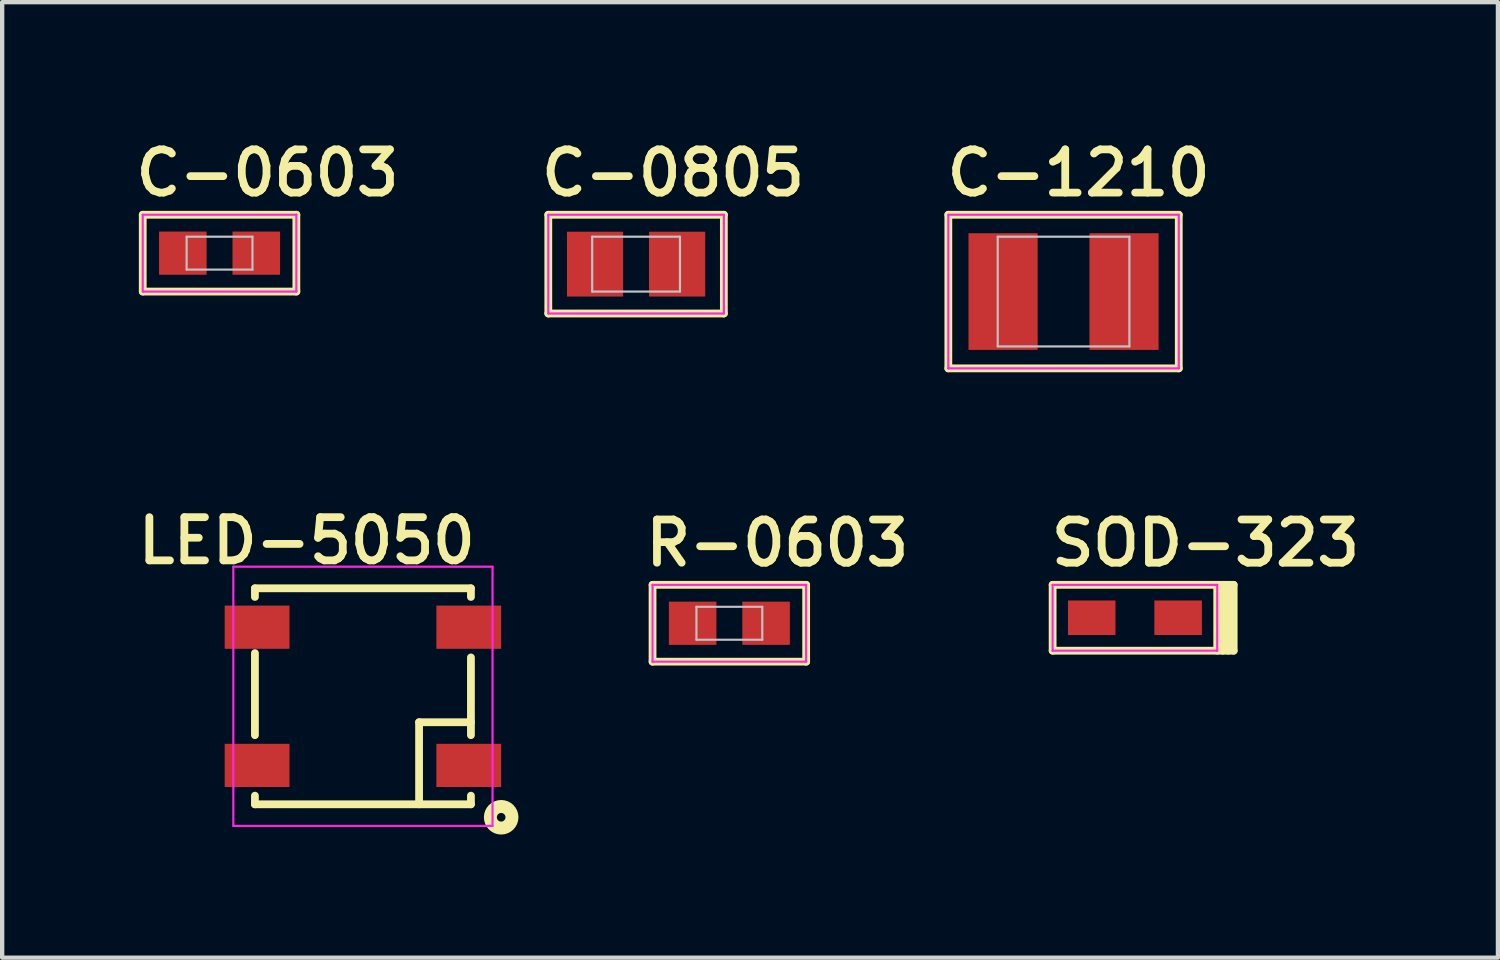
<source format=kicad_pcb>
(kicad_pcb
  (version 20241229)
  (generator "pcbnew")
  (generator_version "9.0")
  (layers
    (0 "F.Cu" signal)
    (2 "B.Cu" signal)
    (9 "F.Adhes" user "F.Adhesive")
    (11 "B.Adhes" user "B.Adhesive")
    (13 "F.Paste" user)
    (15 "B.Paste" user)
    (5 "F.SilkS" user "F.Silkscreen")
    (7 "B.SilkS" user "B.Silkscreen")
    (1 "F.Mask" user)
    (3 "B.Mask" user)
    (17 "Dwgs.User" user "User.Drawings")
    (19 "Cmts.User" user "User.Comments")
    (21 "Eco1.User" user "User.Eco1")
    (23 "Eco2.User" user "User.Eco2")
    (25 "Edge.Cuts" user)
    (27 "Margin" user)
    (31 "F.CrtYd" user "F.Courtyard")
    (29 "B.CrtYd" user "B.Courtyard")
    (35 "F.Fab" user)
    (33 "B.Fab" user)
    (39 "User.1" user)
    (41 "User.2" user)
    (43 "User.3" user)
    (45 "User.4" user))
  (footprint "SOD-323"
    (layer "F.Cu")
    (at 23.221 11.25)
    (property "Reference" "SOD-323" (at -2.032 -1.143 0) (layer "F.SilkS") (effects (font (size 1 1) (thickness 0.18)) (justify left bottom)))
    (attr through_hole)
    (fp_line (start -1.905 -0.762) (end 2.286 -0.762) (stroke (width 0.18) (type solid)) (layer "F.SilkS"))
    (fp_line (start -1.905 0.762) (end -1.905 -0.762) (stroke (width 0.18) (type solid)) (layer "F.SilkS"))
    (fp_line (start 1.905 -0.762) (end 1.905 0.762) (stroke (width 0.18) (type solid)) (layer "F.SilkS"))
    (fp_line (start 2.032 -0.762) (end 2.032 0.762) (stroke (width 0.18) (type solid)) (layer "F.SilkS"))
    (fp_line (start 2.159 -0.762) (end 2.159 0.762) (stroke (width 0.18) (type solid)) (layer "F.SilkS"))
    (fp_line (start 2.286 -0.762) (end 2.286 0.762) (stroke (width 0.18) (type solid)) (layer "F.SilkS"))
    (fp_line (start 2.286 0.762) (end -1.905 0.762) (stroke (width 0.18) (type solid)) (layer "F.SilkS"))
    (fp_line (start -1.905 -0.762) (end 1.905 -0.762) (stroke (width 0.05) (type solid)) (layer "F.CrtYd"))
    (fp_line (start -1.905 0.762) (end -1.905 -0.762) (stroke (width 0.05) (type solid)) (layer "F.CrtYd"))
    (fp_line (start 1.905 -0.762) (end 1.905 0.762) (stroke (width 0.05) (type solid)) (layer "F.CrtYd"))
    (fp_line (start 1.905 0.762) (end -1.905 0.762) (stroke (width 0.05) (type solid)) (layer "F.CrtYd"))
    (pad "A" smd rect (at -1 0) (size 1.1 0.8) (layers "F.Cu" "F.Mask" "F.Paste"))
    (pad "K" smd rect (at 1 0) (size 1.1 0.8) (layers "F.Cu" "F.Mask" "F.Paste")))
  (footprint "C-1210"
    (layer "F.Cu")
    (at 21.569 3.699)
    (property "Reference" "C-1210" (at -2.794 -2.159 0) (layer "F.SilkS") (effects (font (size 1 1) (thickness 0.18)) (justify left bottom)))
    (attr through_hole)
    (fp_line (start -2.667 -1.778) (end -2.667 1.778) (stroke (width 0.18) (type solid)) (layer "F.SilkS"))
    (fp_line (start -2.667 1.778) (end 2.667 1.778) (stroke (width 0.18) (type solid)) (layer "F.SilkS"))
    (fp_line (start 2.667 -1.778) (end -2.667 -1.778) (stroke (width 0.18) (type solid)) (layer "F.SilkS"))
    (fp_line (start 2.667 1.778) (end 2.667 -1.778) (stroke (width 0.18) (type solid)) (layer "F.SilkS"))
    (fp_line (start -1.524 -1.27) (end 1.524 -1.27) (stroke (width 0.05) (type solid)) (layer "Dwgs.User"))
    (fp_line (start -1.524 1.27) (end -1.524 -1.27) (stroke (width 0.05) (type solid)) (layer "Dwgs.User"))
    (fp_line (start 1.524 -1.27) (end 1.524 1.27) (stroke (width 0.05) (type solid)) (layer "Dwgs.User"))
    (fp_line (start 1.524 1.27) (end -1.524 1.27) (stroke (width 0.05) (type solid)) (layer "Dwgs.User"))
    (fp_line (start -2.667 -1.778) (end 2.667 -1.778) (stroke (width 0.05) (type solid)) (layer "F.CrtYd"))
    (fp_line (start -2.667 1.778) (end -2.667 -1.778) (stroke (width 0.05) (type solid)) (layer "F.CrtYd"))
    (fp_line (start 2.667 -1.778) (end 2.667 1.778) (stroke (width 0.05) (type solid)) (layer "F.CrtYd"))
    (fp_line (start 2.667 1.778) (end -2.667 1.778) (stroke (width 0.05) (type solid)) (layer "F.CrtYd"))
    (pad "1" smd rect (at -1.4 0) (size 1.6 2.7) (layers "F.Cu" "F.Mask" "F.Paste"))
    (pad "2" smd rect (at 1.4 0) (size 1.6 2.7) (layers "F.Cu" "F.Mask" "F.Paste")))
  (footprint "C-0805"
    (layer "F.Cu")
    (at 11.674 3.064)
    (property "Reference" "C-0805" (at -2.286 -1.524 0) (layer "F.SilkS") (effects (font (size 1 1) (thickness 0.18)) (justify left bottom)))
    (attr through_hole)
    (fp_line (start -2.032 -1.143) (end -2.032 1.143) (stroke (width 0.18) (type solid)) (layer "F.SilkS"))
    (fp_line (start -2.032 1.143) (end 2.032 1.143) (stroke (width 0.18) (type solid)) (layer "F.SilkS"))
    (fp_line (start 2.032 -1.143) (end -2.032 -1.143) (stroke (width 0.18) (type solid)) (layer "F.SilkS"))
    (fp_line (start 2.032 1.143) (end 2.032 -1.143) (stroke (width 0.18) (type solid)) (layer "F.SilkS"))
    (fp_line (start -1.016 -0.635) (end 1.016 -0.635) (stroke (width 0.05) (type solid)) (layer "Dwgs.User"))
    (fp_line (start -1.016 0.635) (end -1.016 -0.635) (stroke (width 0.05) (type solid)) (layer "Dwgs.User"))
    (fp_line (start 1.016 -0.635) (end 1.016 0.635) (stroke (width 0.05) (type solid)) (layer "Dwgs.User"))
    (fp_line (start 1.016 0.635) (end -1.016 0.635) (stroke (width 0.05) (type solid)) (layer "Dwgs.User"))
    (fp_line (start -2.032 -1.143) (end 2.032 -1.143) (stroke (width 0.05) (type solid)) (layer "F.CrtYd"))
    (fp_line (start -2.032 1.143) (end -2.032 -1.143) (stroke (width 0.05) (type solid)) (layer "F.CrtYd"))
    (fp_line (start 2.032 -1.143) (end 2.032 1.143) (stroke (width 0.05) (type solid)) (layer "F.CrtYd"))
    (fp_line (start 2.032 1.143) (end -2.032 1.143) (stroke (width 0.05) (type solid)) (layer "F.CrtYd"))
    (pad "1" smd rect (at -0.95 0) (size 1.3 1.5) (layers "F.Cu" "F.Mask" "F.Paste"))
    (pad "2" smd rect (at 0.95 0) (size 1.3 1.5) (layers "F.Cu" "F.Mask" "F.Paste")))
  (footprint "R-0603"
    (layer "F.Cu")
    (at 13.833 11.377)
    (property "Reference" "R-0603" (at -2.032 -1.27 0) (layer "F.SilkS") (effects (font (size 1 1) (thickness 0.18)) (justify left bottom)))
    (attr through_hole)
    (fp_line (start -1.778 -0.889) (end 1.778 -0.889) (stroke (width 0.18) (type solid)) (layer "F.SilkS"))
    (fp_line (start -1.778 0.889) (end -1.778 -0.889) (stroke (width 0.18) (type solid)) (layer "F.SilkS"))
    (fp_line (start 1.778 -0.889) (end 1.778 0.889) (stroke (width 0.18) (type solid)) (layer "F.SilkS"))
    (fp_line (start 1.778 0.889) (end -1.778 0.889) (stroke (width 0.18) (type solid)) (layer "F.SilkS"))
    (fp_line (start -0.762 -0.381) (end 0.762 -0.381) (stroke (width 0.05) (type solid)) (layer "Dwgs.User"))
    (fp_line (start -0.762 0.381) (end -0.762 -0.381) (stroke (width 0.05) (type solid)) (layer "Dwgs.User"))
    (fp_line (start 0.762 -0.381) (end 0.762 0.381) (stroke (width 0.05) (type solid)) (layer "Dwgs.User"))
    (fp_line (start 0.762 0.381) (end -0.762 0.381) (stroke (width 0.05) (type solid)) (layer "Dwgs.User"))
    (fp_line (start -1.778 -0.889) (end 1.778 -0.889) (stroke (width 0.05) (type solid)) (layer "F.CrtYd"))
    (fp_line (start -1.778 0.889) (end -1.778 -0.889) (stroke (width 0.05) (type solid)) (layer "F.CrtYd"))
    (fp_line (start 1.778 -0.889) (end 1.778 0.889) (stroke (width 0.05) (type solid)) (layer "F.CrtYd"))
    (fp_line (start 1.778 0.889) (end -1.778 0.889) (stroke (width 0.05) (type solid)) (layer "F.CrtYd"))
    (pad "1" smd rect (at -0.85 0) (size 1.1 1) (layers "F.Cu" "F.Mask" "F.Paste"))
    (pad "2" smd rect (at 0.85 0) (size 1.1 1) (layers "F.Cu" "F.Mask" "F.Paste")))
  (footprint "C-0603"
    (layer "F.Cu")
    (at 2.032 2.81)
    (property "Reference" "C-0603" (at -2.032 -1.27 0) (layer "F.SilkS") (effects (font (size 1 1) (thickness 0.18)) (justify left bottom)))
    (attr through_hole)
    (fp_line (start -1.778 -0.889) (end 1.778 -0.889) (stroke (width 0.18) (type solid)) (layer "F.SilkS"))
    (fp_line (start -1.778 0.889) (end -1.778 -0.889) (stroke (width 0.18) (type solid)) (layer "F.SilkS"))
    (fp_line (start 1.778 -0.889) (end 1.778 0.889) (stroke (width 0.18) (type solid)) (layer "F.SilkS"))
    (fp_line (start 1.778 0.889) (end -1.778 0.889) (stroke (width 0.18) (type solid)) (layer "F.SilkS"))
    (fp_line (start -0.762 -0.381) (end 0.762 -0.381) (stroke (width 0.05) (type solid)) (layer "Dwgs.User"))
    (fp_line (start -0.762 0.381) (end -0.762 -0.381) (stroke (width 0.05) (type solid)) (layer "Dwgs.User"))
    (fp_line (start 0.762 -0.381) (end 0.762 0.381) (stroke (width 0.05) (type solid)) (layer "Dwgs.User"))
    (fp_line (start 0.762 0.381) (end -0.762 0.381) (stroke (width 0.05) (type solid)) (layer "Dwgs.User"))
    (fp_line (start -1.778 -0.889) (end 1.778 -0.889) (stroke (width 0.05) (type solid)) (layer "F.CrtYd"))
    (fp_line (start -1.778 0.889) (end -1.778 -0.889) (stroke (width 0.05) (type solid)) (layer "F.CrtYd"))
    (fp_line (start 1.778 -0.889) (end 1.778 0.889) (stroke (width 0.05) (type solid)) (layer "F.CrtYd"))
    (fp_line (start 1.778 0.889) (end -1.778 0.889) (stroke (width 0.05) (type solid)) (layer "F.CrtYd"))
    (pad "1" smd rect (at -0.85 0) (size 1.1 1) (layers "F.Cu" "F.Mask" "F.Paste"))
    (pad "2" smd rect (at 0.85 0) (size 1.1 1) (layers "F.Cu" "F.Mask" "F.Paste")))
  (footprint "LED-5050"
    (layer "F.Cu")
    (at 5.351 13.068)
    (property "Reference" "LED-5050" (at -1.3 -3.6 0) (layer "F.SilkS") (effects (font (size 1 1) (thickness 0.18))))
    (attr through_hole)
    (fp_line (start -2.5 -2.5) (end -2.5 -2.3) (stroke (width 0.18) (type solid)) (layer "F.SilkS"))
    (fp_line (start -2.5 -1) (end -2.5 0.9) (stroke (width 0.18) (type solid)) (layer "F.SilkS"))
    (fp_line (start -2.5 2.5) (end -2.5 2.3) (stroke (width 0.18) (type solid)) (layer "F.SilkS"))
    (fp_line (start -2.5 2.5) (end 2.5 2.5) (stroke (width 0.18) (type solid)) (layer "F.SilkS"))
    (fp_line (start 1.3 0.6) (end 1.3 2.5) (stroke (width 0.18) (type solid)) (layer "F.SilkS"))
    (fp_line (start 2.5 -2.5) (end -2.5 -2.5) (stroke (width 0.18) (type solid)) (layer "F.SilkS"))
    (fp_line (start 2.5 -2.3) (end 2.5 -2.5) (stroke (width 0.18) (type solid)) (layer "F.SilkS"))
    (fp_line (start 2.5 0.6) (end 1.3 0.6) (stroke (width 0.18) (type solid)) (layer "F.SilkS"))
    (fp_line (start 2.5 0.9) (end 2.5 -0.9) (stroke (width 0.18) (type solid)) (layer "F.SilkS"))
    (fp_line (start 2.5 2.5) (end 2.5 2.3) (stroke (width 0.18) (type solid)) (layer "F.SilkS"))
    (fp_circle (center 3.2 2.8) (end 3.3 2.8) (stroke (width 0.3) (type solid)) (fill no) (layer "F.SilkS"))
    (fp_line (start -3 -3) (end 3 -3) (stroke (width 0.05) (type solid)) (layer "F.CrtYd"))
    (fp_line (start -3 3) (end -3 -3) (stroke (width 0.05) (type solid)) (layer "F.CrtYd"))
    (fp_line (start 3 -3) (end 3 3) (stroke (width 0.05) (type solid)) (layer "F.CrtYd"))
    (fp_line (start 3 3) (end -3 3) (stroke (width 0.05) (type solid)) (layer "F.CrtYd"))
    (pad "1" smd rect (at -2.45 -1.6) (size 1.5 1) (layers "F.Cu" "F.Mask" "F.Paste"))
    (pad "2" smd rect (at -2.45 1.6) (size 1.5 1) (layers "F.Cu" "F.Mask" "F.Paste"))
    (pad "3" smd rect (at 2.45 1.6) (size 1.5 1) (layers "F.Cu" "F.Mask" "F.Paste"))
    (pad "4" smd rect (at 2.45 -1.6) (size 1.5 1) (layers "F.Cu" "F.Mask" "F.Paste")))
  (gr_rect
    (start -3 -3)
    (end 31.624 19.118)
    (stroke (width 0.1) (type default))
    (fill no)
    (layer "Edge.Cuts")))
</source>
